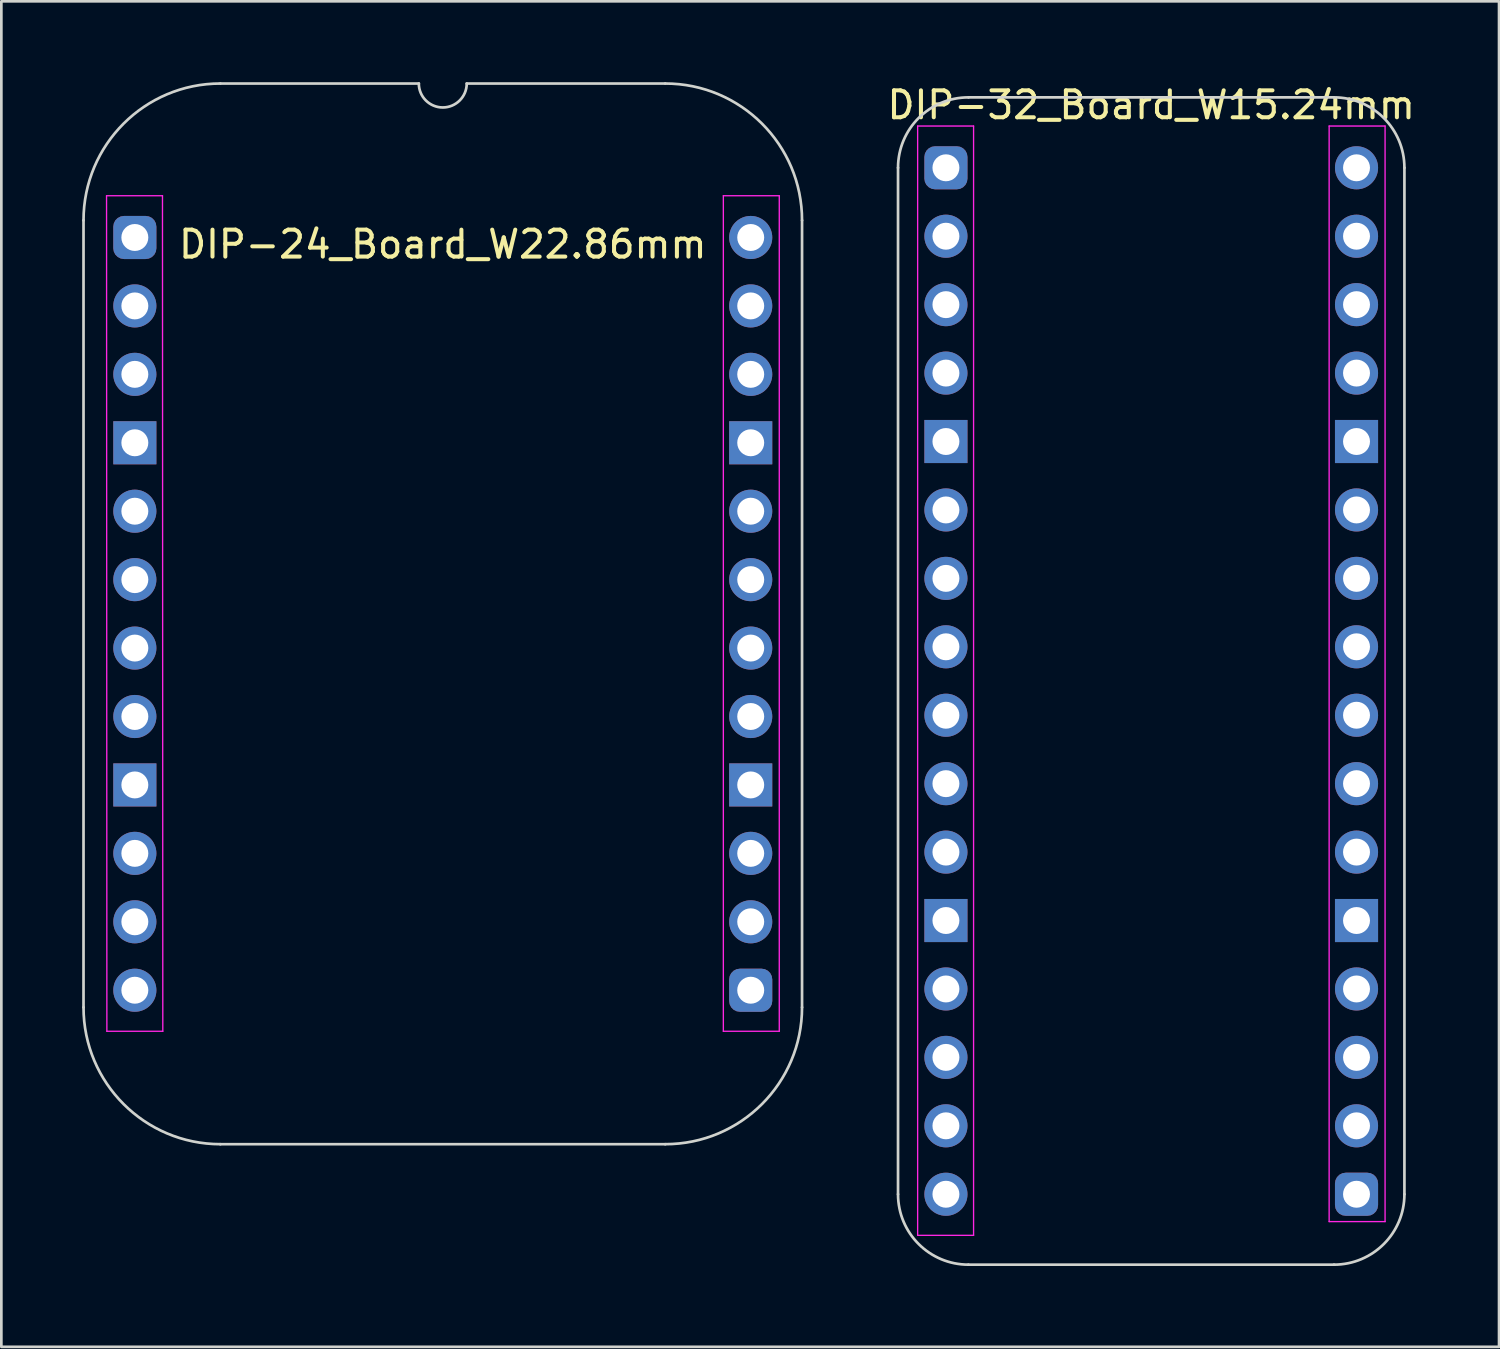
<source format=kicad_pcb>
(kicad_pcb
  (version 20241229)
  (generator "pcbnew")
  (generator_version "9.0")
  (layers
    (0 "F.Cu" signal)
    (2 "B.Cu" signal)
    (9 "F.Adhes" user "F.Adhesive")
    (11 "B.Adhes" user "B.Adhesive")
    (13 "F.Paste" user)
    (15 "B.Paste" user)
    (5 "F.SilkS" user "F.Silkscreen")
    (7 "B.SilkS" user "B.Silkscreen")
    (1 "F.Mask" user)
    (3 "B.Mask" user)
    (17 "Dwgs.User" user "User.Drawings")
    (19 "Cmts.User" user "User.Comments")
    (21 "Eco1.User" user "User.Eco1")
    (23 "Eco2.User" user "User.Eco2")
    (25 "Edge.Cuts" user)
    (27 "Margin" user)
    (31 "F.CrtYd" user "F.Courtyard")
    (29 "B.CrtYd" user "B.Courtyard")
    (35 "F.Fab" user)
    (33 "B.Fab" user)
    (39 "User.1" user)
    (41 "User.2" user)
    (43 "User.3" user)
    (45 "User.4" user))
  (footprint "DIP-24_Board_W22.86mm"
    (layer "F.Cu")
    (at 1.955 5.765)
    (property "Reference" "DIP-24_Board_W22.86mm" (at 11.43 0.254 0) (layer "F.SilkS") (effects (font (size 1 1) (thickness 0.15))))
    (attr through_hole)
    (fp_line (start -1.905 -0.635) (end -1.905 28.575) (stroke (width 0.1) (type solid)) (layer "Edge.Cuts"))
    (fp_line (start 10.541 -5.715) (end 3.175 -5.715) (stroke (width 0.1) (type solid)) (layer "Edge.Cuts"))
    (fp_line (start 19.685 -5.715) (end 12.319 -5.715) (stroke (width 0.1) (type solid)) (layer "Edge.Cuts"))
    (fp_line (start 19.685 33.655) (end 3.175 33.655) (stroke (width 0.1) (type solid)) (layer "Edge.Cuts"))
    (fp_line (start 24.765 28.575) (end 24.765 -0.635) (stroke (width 0.1) (type solid)) (layer "Edge.Cuts"))
    (fp_arc (start -1.905 -0.635) (mid -0.417102 -4.227102) (end 3.175 -5.715) (stroke (width 0.1) (type solid)) (layer "Edge.Cuts"))
    (fp_arc (start 3.175 33.655) (mid -0.417102 32.167102) (end -1.905 28.575) (stroke (width 0.1) (type solid)) (layer "Edge.Cuts"))
    (fp_arc (start 12.319 -5.715) (mid 11.43 -4.826) (end 10.541 -5.715) (stroke (width 0.1) (type default)) (layer "Edge.Cuts"))
    (fp_arc (start 19.685 -5.715) (mid 23.277102 -4.227102) (end 24.765 -0.635) (stroke (width 0.1) (type solid)) (layer "Edge.Cuts"))
    (fp_arc (start 24.765 28.575) (mid 23.277102 32.167102) (end 19.685 33.655) (stroke (width 0.1) (type solid)) (layer "Edge.Cuts"))
    (fp_line (start -1.05 -1.55) (end -1.038 29.464) (stroke (width 0.05) (type solid)) (layer "F.CrtYd"))
    (fp_line (start -1.038 29.464) (end 1.038 29.464) (stroke (width 0.05) (type solid)) (layer "F.CrtYd"))
    (fp_line (start 1.026 -1.55) (end -1.05 -1.55) (stroke (width 0.05) (type solid)) (layer "F.CrtYd"))
    (fp_line (start 1.038 29.464) (end 1.026 -1.55) (stroke (width 0.05) (type solid)) (layer "F.CrtYd"))
    (fp_line (start 21.844 29.464) (end 21.844 -1.55) (stroke (width 0.05) (type solid)) (layer "F.CrtYd"))
    (fp_line (start 21.844 29.464) (end 23.92 29.464) (stroke (width 0.05) (type solid)) (layer "F.CrtYd"))
    (fp_line (start 23.92 -1.55) (end 21.844 -1.55) (stroke (width 0.05) (type solid)) (layer "F.CrtYd"))
    (fp_line (start 23.92 29.464) (end 23.92 -1.55) (stroke (width 0.05) (type solid)) (layer "F.CrtYd"))
    (pad "1" thru_hole roundrect (at 0 0) (size 1.6 1.6) (drill 1) (layers "*.Cu" "*.Mask") (roundrect_rratio 0.25))
    (pad "2" thru_hole oval (at 0 2.54) (size 1.6 1.6) (drill 1) (layers "*.Cu" "*.Mask"))
    (pad "3" thru_hole oval (at 0 5.08) (size 1.6 1.6) (drill 1) (layers "*.Cu" "*.Mask"))
    (pad "4" thru_hole rect (at 0 7.62) (size 1.6 1.6) (drill 1) (layers "*.Cu" "*.Mask"))
    (pad "5" thru_hole oval (at 0 10.16) (size 1.6 1.6) (drill 1) (layers "*.Cu" "*.Mask"))
    (pad "6" thru_hole oval (at 0 12.7) (size 1.6 1.6) (drill 1) (layers "*.Cu" "*.Mask"))
    (pad "7" thru_hole oval (at 0 15.24) (size 1.6 1.6) (drill 1) (layers "*.Cu" "*.Mask"))
    (pad "8" thru_hole oval (at 0 17.78) (size 1.6 1.6) (drill 1) (layers "*.Cu" "*.Mask"))
    (pad "9" thru_hole rect (at 0 20.32) (size 1.6 1.6) (drill 1) (layers "*.Cu" "*.Mask"))
    (pad "10" thru_hole oval (at 0 22.86) (size 1.6 1.6) (drill 1) (layers "*.Cu" "*.Mask"))
    (pad "11" thru_hole oval (at 0 25.4) (size 1.6 1.6) (drill 1) (layers "*.Cu" "*.Mask"))
    (pad "12" thru_hole oval (at 0 27.94) (size 1.6 1.6) (drill 1) (layers "*.Cu" "*.Mask"))
    (pad "13" thru_hole roundrect (at 22.86 27.94) (size 1.6 1.6) (drill 1) (layers "*.Cu" "*.Mask") (roundrect_rratio 0.25))
    (pad "14" thru_hole oval (at 22.86 25.4) (size 1.6 1.6) (drill 1) (layers "*.Cu" "*.Mask"))
    (pad "15" thru_hole oval (at 22.86 22.86) (size 1.6 1.6) (drill 1) (layers "*.Cu" "*.Mask"))
    (pad "16" thru_hole rect (at 22.86 20.32) (size 1.6 1.6) (drill 1) (layers "*.Cu" "*.Mask"))
    (pad "17" thru_hole oval (at 22.86 17.78 180) (size 1.6 1.6) (drill 1) (layers "*.Cu" "*.Mask"))
    (pad "18" thru_hole oval (at 22.86 15.24 180) (size 1.6 1.6) (drill 1) (layers "*.Cu" "*.Mask"))
    (pad "19" thru_hole oval (at 22.86 12.7 180) (size 1.6 1.6) (drill 1) (layers "*.Cu" "*.Mask"))
    (pad "20" thru_hole oval (at 22.86 10.16 180) (size 1.6 1.6) (drill 1) (layers "*.Cu" "*.Mask"))
    (pad "21" thru_hole rect (at 22.86 7.62) (size 1.6 1.6) (drill 1) (layers "*.Cu" "*.Mask"))
    (pad "22" thru_hole oval (at 22.86 5.08) (size 1.6 1.6) (drill 1) (layers "*.Cu" "*.Mask"))
    (pad "23" thru_hole oval (at 22.86 2.54) (size 1.6 1.6) (drill 1) (layers "*.Cu" "*.Mask"))
    (pad "24" thru_hole oval (at 22.86 0) (size 1.6 1.6) (drill 1) (layers "*.Cu" "*.Mask")))
  (footprint "DIP-32_Board_W15.24mm"
    (layer "F.Cu")
    (at 32.061 3.178)
    (property "Reference" "DIP-32_Board_W15.24mm" (at 7.62 -2.33 0) (layer "F.SilkS") (effects (font (size 1 1) (thickness 0.15))))
    (attr through_hole)
    (fp_line (start -1.778 38.1) (end -1.778 0) (stroke (width 0.1) (type solid)) (layer "Edge.Cuts"))
    (fp_line (start 0.836 -2.614) (end 14.404 -2.614) (stroke (width 0.1) (type solid)) (layer "Edge.Cuts"))
    (fp_line (start 14.404 40.714) (end 0.836 40.714) (stroke (width 0.1) (type solid)) (layer "Edge.Cuts"))
    (fp_line (start 17.018 38.1) (end 17.018 -0.000001) (stroke (width 0.1) (type solid)) (layer "Edge.Cuts"))
    (fp_arc (start -1.778 0) (mid -1.012456 -1.848188) (end 0.835732 -2.613732) (stroke (width 0.1) (type solid)) (layer "Edge.Cuts"))
    (fp_arc (start 0.835733 40.713733) (mid -1.012456 39.948189) (end -1.778 38.1) (stroke (width 0.1) (type solid)) (layer "Edge.Cuts"))
    (fp_arc (start 14.404267 -2.613733) (mid 16.252455 -1.848189) (end 17.017999 -0.000001) (stroke (width 0.1) (type solid)) (layer "Edge.Cuts"))
    (fp_arc (start 17.018 38.1) (mid 16.252455 39.948187) (end 14.404268 40.713732) (stroke (width 0.1) (type solid)) (layer "Edge.Cuts"))
    (fp_line (start -1.05 -1.55) (end -1.05 39.624) (stroke (width 0.05) (type solid)) (layer "F.CrtYd"))
    (fp_line (start -1.05 39.624) (end 1.026 39.624) (stroke (width 0.05) (type solid)) (layer "F.CrtYd"))
    (fp_line (start 1.026 -1.55) (end -1.05 -1.55) (stroke (width 0.05) (type solid)) (layer "F.CrtYd"))
    (fp_line (start 1.026 39.624) (end 1.026 -1.55) (stroke (width 0.05) (type solid)) (layer "F.CrtYd"))
    (fp_line (start 14.224 39.116) (end 14.224 -1.55) (stroke (width 0.05) (type solid)) (layer "F.CrtYd"))
    (fp_line (start 14.224 39.116) (end 16.3 39.116) (stroke (width 0.05) (type solid)) (layer "F.CrtYd"))
    (fp_line (start 16.3 -1.55) (end 14.224 -1.55) (stroke (width 0.05) (type solid)) (layer "F.CrtYd"))
    (fp_line (start 16.3 39.116) (end 16.3 -1.55) (stroke (width 0.05) (type solid)) (layer "F.CrtYd"))
    (pad "1" thru_hole roundrect (at 0 0) (size 1.6 1.6) (drill 1) (layers "*.Cu" "*.Mask") (roundrect_rratio 0.25))
    (pad "2" thru_hole oval (at 0 2.54) (size 1.6 1.6) (drill 1) (layers "*.Cu" "*.Mask"))
    (pad "3" thru_hole oval (at 0 5.08) (size 1.6 1.6) (drill 1) (layers "*.Cu" "*.Mask"))
    (pad "4" thru_hole oval (at 0 7.62) (size 1.6 1.6) (drill 1) (layers "*.Cu" "*.Mask"))
    (pad "5" thru_hole rect (at 0 10.16) (size 1.6 1.6) (drill 1) (layers "*.Cu" "*.Mask"))
    (pad "6" thru_hole oval (at 0 12.7) (size 1.6 1.6) (drill 1) (layers "*.Cu" "*.Mask"))
    (pad "7" thru_hole oval (at 0 15.24) (size 1.6 1.6) (drill 1) (layers "*.Cu" "*.Mask"))
    (pad "8" thru_hole oval (at 0 17.78) (size 1.6 1.6) (drill 1) (layers "*.Cu" "*.Mask"))
    (pad "9" thru_hole oval (at 0 20.32) (size 1.6 1.6) (drill 1) (layers "*.Cu" "*.Mask"))
    (pad "10" thru_hole oval (at 0 22.86) (size 1.6 1.6) (drill 1) (layers "*.Cu" "*.Mask"))
    (pad "11" thru_hole oval (at 0 25.4) (size 1.6 1.6) (drill 1) (layers "*.Cu" "*.Mask"))
    (pad "12" thru_hole rect (at 0 27.94) (size 1.6 1.6) (drill 1) (layers "*.Cu" "*.Mask"))
    (pad "13" thru_hole oval (at 0 30.48) (size 1.6 1.6) (drill 1) (layers "*.Cu" "*.Mask"))
    (pad "14" thru_hole oval (at 0 33.02) (size 1.6 1.6) (drill 1) (layers "*.Cu" "*.Mask"))
    (pad "15" thru_hole oval (at 0 35.56) (size 1.6 1.6) (drill 1) (layers "*.Cu" "*.Mask"))
    (pad "16" thru_hole oval (at 0 38.1) (size 1.6 1.6) (drill 1) (layers "*.Cu" "*.Mask"))
    (pad "17" thru_hole roundrect (at 15.24 38.1) (size 1.6 1.6) (drill 1) (layers "*.Cu" "*.Mask") (roundrect_rratio 0.25))
    (pad "18" thru_hole oval (at 15.24 35.56 180) (size 1.6 1.6) (drill 1) (layers "*.Cu" "*.Mask"))
    (pad "19" thru_hole oval (at 15.24 33.02 180) (size 1.6 1.6) (drill 1) (layers "*.Cu" "*.Mask"))
    (pad "20" thru_hole oval (at 15.24 30.48 180) (size 1.6 1.6) (drill 1) (layers "*.Cu" "*.Mask"))
    (pad "21" thru_hole rect (at 15.24 27.94) (size 1.6 1.6) (drill 1) (layers "*.Cu" "*.Mask"))
    (pad "22" thru_hole oval (at 15.24 25.4) (size 1.6 1.6) (drill 1) (layers "*.Cu" "*.Mask"))
    (pad "23" thru_hole oval (at 15.24 22.86) (size 1.6 1.6) (drill 1) (layers "*.Cu" "*.Mask"))
    (pad "24" thru_hole oval (at 15.24 20.32) (size 1.6 1.6) (drill 1) (layers "*.Cu" "*.Mask"))
    (pad "25" thru_hole oval (at 15.24 17.78) (size 1.6 1.6) (drill 1) (layers "*.Cu" "*.Mask"))
    (pad "26" thru_hole oval (at 15.24 15.24) (size 1.6 1.6) (drill 1) (layers "*.Cu" "*.Mask"))
    (pad "27" thru_hole oval (at 15.24 12.7) (size 1.6 1.6) (drill 1) (layers "*.Cu" "*.Mask"))
    (pad "28" thru_hole rect (at 15.24 10.16) (size 1.6 1.6) (drill 1) (layers "*.Cu" "*.Mask"))
    (pad "29" thru_hole oval (at 15.24 7.62) (size 1.6 1.6) (drill 1) (layers "*.Cu" "*.Mask"))
    (pad "30" thru_hole oval (at 15.24 5.08) (size 1.6 1.6) (drill 1) (layers "*.Cu" "*.Mask"))
    (pad "31" thru_hole oval (at 15.24 2.54) (size 1.6 1.6) (drill 1) (layers "*.Cu" "*.Mask"))
    (pad "32" thru_hole oval (at 15.24 0) (size 1.6 1.6) (drill 1) (layers "*.Cu" "*.Mask")))
  (gr_rect
    (start -3 -3)
    (end 52.591 46.942)
    (stroke (width 0.1) (type default))
    (fill no)
    (layer "Edge.Cuts")))
</source>
